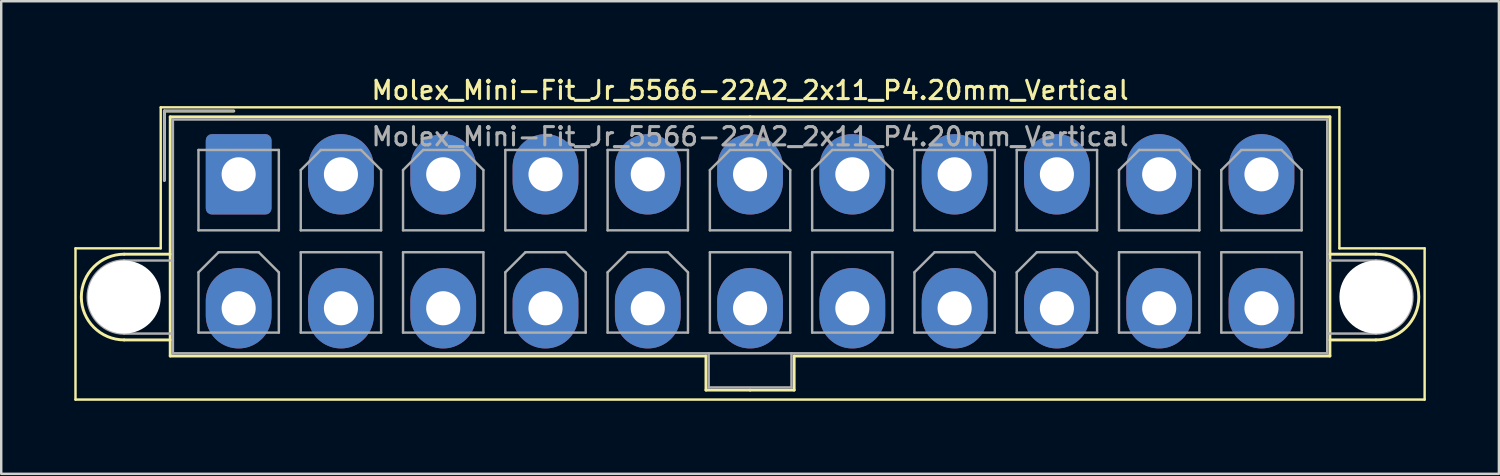
<source format=kicad_pcb>
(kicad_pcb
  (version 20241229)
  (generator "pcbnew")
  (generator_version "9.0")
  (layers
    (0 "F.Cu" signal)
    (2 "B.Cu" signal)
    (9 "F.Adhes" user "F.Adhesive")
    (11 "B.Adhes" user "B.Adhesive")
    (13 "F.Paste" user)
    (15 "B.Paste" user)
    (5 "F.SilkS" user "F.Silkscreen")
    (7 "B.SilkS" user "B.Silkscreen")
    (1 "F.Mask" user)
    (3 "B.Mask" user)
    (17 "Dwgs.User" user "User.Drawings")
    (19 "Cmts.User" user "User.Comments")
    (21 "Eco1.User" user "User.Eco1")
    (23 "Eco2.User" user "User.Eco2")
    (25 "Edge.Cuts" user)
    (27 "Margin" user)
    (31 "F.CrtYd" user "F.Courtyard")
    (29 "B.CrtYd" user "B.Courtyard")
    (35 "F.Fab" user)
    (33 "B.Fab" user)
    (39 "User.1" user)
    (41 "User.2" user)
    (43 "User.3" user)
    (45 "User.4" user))
  (footprint "Molex_Mini-Fit_Jr_5566-22A2_2x11_P4.20mm_Vertical"
    (layer "F.Cu")
    (at 6.75 4.108)
    (property "Reference" "Molex_Mini-Fit_Jr_5566-22A2_2x11_P4.20mm_Vertical" (at 21 -3.45 0) (layer "F.SilkS") (effects (font (size 0.75 0.75) (thickness 0.125))))
    (attr through_hole)
    (fp_line (start -6.7 3.04) (end -6.7 9.25) (stroke (width 0.1) (type solid)) (layer "F.SilkS"))
    (fp_line (start -6.7 9.25) (end 48.7 9.25) (stroke (width 0.1) (type solid)) (layer "F.SilkS"))
    (fp_line (start -4.7 3.28) (end -2.81 3.28) (stroke (width 0.12) (type solid)) (layer "F.SilkS"))
    (fp_line (start -4.7 6.8) (end -2.81 6.8) (stroke (width 0.12) (type solid)) (layer "F.SilkS"))
    (fp_line (start -3.2 -2.75) (end -3.2 3.04) (stroke (width 0.1) (type solid)) (layer "F.SilkS"))
    (fp_line (start -3.2 3.04) (end -6.7 3.04) (stroke (width 0.1) (type solid)) (layer "F.SilkS"))
    (fp_line (start -3.05 -2.6) (end -3.05 0.25) (stroke (width 0.12) (type solid)) (layer "F.SilkS"))
    (fp_line (start -2.81 -2.36) (end -2.81 7.46) (stroke (width 0.12) (type solid)) (layer "F.SilkS"))
    (fp_line (start -2.81 7.46) (end 19.19 7.46) (stroke (width 0.12) (type solid)) (layer "F.SilkS"))
    (fp_line (start -0.2 -2.6) (end -3.05 -2.6) (stroke (width 0.12) (type solid)) (layer "F.SilkS"))
    (fp_line (start 19.19 7.46) (end 19.19 8.86) (stroke (width 0.12) (type solid)) (layer "F.SilkS"))
    (fp_line (start 19.19 8.86) (end 21 8.86) (stroke (width 0.12) (type solid)) (layer "F.SilkS"))
    (fp_line (start 21 -2.36) (end -2.81 -2.36) (stroke (width 0.12) (type solid)) (layer "F.SilkS"))
    (fp_line (start 21 -2.36) (end 44.81 -2.36) (stroke (width 0.12) (type solid)) (layer "F.SilkS"))
    (fp_line (start 22.81 7.46) (end 22.81 8.86) (stroke (width 0.12) (type solid)) (layer "F.SilkS"))
    (fp_line (start 22.81 8.86) (end 21 8.86) (stroke (width 0.12) (type solid)) (layer "F.SilkS"))
    (fp_line (start 44.81 -2.36) (end 44.81 7.46) (stroke (width 0.12) (type solid)) (layer "F.SilkS"))
    (fp_line (start 44.81 7.46) (end 22.81 7.46) (stroke (width 0.12) (type solid)) (layer "F.SilkS"))
    (fp_line (start 45.2 -2.75) (end -3.2 -2.75) (stroke (width 0.1) (type solid)) (layer "F.SilkS"))
    (fp_line (start 45.2 3.04) (end 45.2 -2.75) (stroke (width 0.1) (type solid)) (layer "F.SilkS"))
    (fp_line (start 46.7 3.28) (end 44.81 3.28) (stroke (width 0.12) (type solid)) (layer "F.SilkS"))
    (fp_line (start 46.7 6.8) (end 44.81 6.8) (stroke (width 0.12) (type solid)) (layer "F.SilkS"))
    (fp_line (start 48.7 3.04) (end 45.2 3.04) (stroke (width 0.1) (type solid)) (layer "F.SilkS"))
    (fp_line (start 48.7 9.25) (end 48.7 3.04) (stroke (width 0.1) (type solid)) (layer "F.SilkS"))
    (fp_arc (start -4.7 6.8) (mid -6.46 5.04) (end -4.7 3.28) (stroke (width 0.12) (type solid)) (layer "F.SilkS"))
    (fp_arc (start 46.7 3.28) (mid 48.46 5.04) (end 46.7 6.8) (stroke (width 0.12) (type solid)) (layer "F.SilkS"))
    (fp_line (start -4.7 3.54) (end -2.7 3.54) (stroke (width 0.1) (type solid)) (layer "F.Fab"))
    (fp_line (start -4.7 6.54) (end -2.7 6.54) (stroke (width 0.1) (type solid)) (layer "F.Fab"))
    (fp_line (start -3.05 -2.6) (end -3.05 0.25) (stroke (width 0.1) (type solid)) (layer "F.Fab"))
    (fp_line (start -2.7 -2.25) (end -2.7 7.35) (stroke (width 0.1) (type solid)) (layer "F.Fab"))
    (fp_line (start -2.7 7.35) (end 44.7 7.35) (stroke (width 0.1) (type solid)) (layer "F.Fab"))
    (fp_line (start -1.65 -1) (end -1.65 2.3) (stroke (width 0.1) (type solid)) (layer "F.Fab"))
    (fp_line (start -1.65 2.3) (end 1.65 2.3) (stroke (width 0.1) (type solid)) (layer "F.Fab"))
    (fp_line (start -1.65 4.025) (end -0.825 3.2) (stroke (width 0.1) (type solid)) (layer "F.Fab"))
    (fp_line (start -1.65 6.5) (end -1.65 4.025) (stroke (width 0.1) (type solid)) (layer "F.Fab"))
    (fp_line (start -0.825 3.2) (end 0.825 3.2) (stroke (width 0.1) (type solid)) (layer "F.Fab"))
    (fp_line (start -0.2 -2.6) (end -3.05 -2.6) (stroke (width 0.1) (type solid)) (layer "F.Fab"))
    (fp_line (start 0.825 3.2) (end 1.65 4.025) (stroke (width 0.1) (type solid)) (layer "F.Fab"))
    (fp_line (start 1.65 -1) (end -1.65 -1) (stroke (width 0.1) (type solid)) (layer "F.Fab"))
    (fp_line (start 1.65 2.3) (end 1.65 -1) (stroke (width 0.1) (type solid)) (layer "F.Fab"))
    (fp_line (start 1.65 4.025) (end 1.65 6.5) (stroke (width 0.1) (type solid)) (layer "F.Fab"))
    (fp_line (start 1.65 6.5) (end -1.65 6.5) (stroke (width 0.1) (type solid)) (layer "F.Fab"))
    (fp_line (start 2.55 -0.175) (end 3.375 -1) (stroke (width 0.1) (type solid)) (layer "F.Fab"))
    (fp_line (start 2.55 2.3) (end 2.55 -0.175) (stroke (width 0.1) (type solid)) (layer "F.Fab"))
    (fp_line (start 2.55 3.2) (end 2.55 6.5) (stroke (width 0.1) (type solid)) (layer "F.Fab"))
    (fp_line (start 2.55 6.5) (end 5.85 6.5) (stroke (width 0.1) (type solid)) (layer "F.Fab"))
    (fp_line (start 3.375 -1) (end 5.025 -1) (stroke (width 0.1) (type solid)) (layer "F.Fab"))
    (fp_line (start 5.025 -1) (end 5.85 -0.175) (stroke (width 0.1) (type solid)) (layer "F.Fab"))
    (fp_line (start 5.85 -0.175) (end 5.85 2.3) (stroke (width 0.1) (type solid)) (layer "F.Fab"))
    (fp_line (start 5.85 2.3) (end 2.55 2.3) (stroke (width 0.1) (type solid)) (layer "F.Fab"))
    (fp_line (start 5.85 3.2) (end 2.55 3.2) (stroke (width 0.1) (type solid)) (layer "F.Fab"))
    (fp_line (start 5.85 6.5) (end 5.85 3.2) (stroke (width 0.1) (type solid)) (layer "F.Fab"))
    (fp_line (start 6.75 -0.175) (end 7.575 -1) (stroke (width 0.1) (type solid)) (layer "F.Fab"))
    (fp_line (start 6.75 2.3) (end 6.75 -0.175) (stroke (width 0.1) (type solid)) (layer "F.Fab"))
    (fp_line (start 6.75 3.2) (end 6.75 6.5) (stroke (width 0.1) (type solid)) (layer "F.Fab"))
    (fp_line (start 6.75 6.5) (end 10.05 6.5) (stroke (width 0.1) (type solid)) (layer "F.Fab"))
    (fp_line (start 7.575 -1) (end 9.225 -1) (stroke (width 0.1) (type solid)) (layer "F.Fab"))
    (fp_line (start 9.225 -1) (end 10.05 -0.175) (stroke (width 0.1) (type solid)) (layer "F.Fab"))
    (fp_line (start 10.05 -0.175) (end 10.05 2.3) (stroke (width 0.1) (type solid)) (layer "F.Fab"))
    (fp_line (start 10.05 2.3) (end 6.75 2.3) (stroke (width 0.1) (type solid)) (layer "F.Fab"))
    (fp_line (start 10.05 3.2) (end 6.75 3.2) (stroke (width 0.1) (type solid)) (layer "F.Fab"))
    (fp_line (start 10.05 6.5) (end 10.05 3.2) (stroke (width 0.1) (type solid)) (layer "F.Fab"))
    (fp_line (start 10.95 -1) (end 10.95 2.3) (stroke (width 0.1) (type solid)) (layer "F.Fab"))
    (fp_line (start 10.95 2.3) (end 14.25 2.3) (stroke (width 0.1) (type solid)) (layer "F.Fab"))
    (fp_line (start 10.95 4.025) (end 11.775 3.2) (stroke (width 0.1) (type solid)) (layer "F.Fab"))
    (fp_line (start 10.95 6.5) (end 10.95 4.025) (stroke (width 0.1) (type solid)) (layer "F.Fab"))
    (fp_line (start 11.775 3.2) (end 13.425 3.2) (stroke (width 0.1) (type solid)) (layer "F.Fab"))
    (fp_line (start 13.425 3.2) (end 14.25 4.025) (stroke (width 0.1) (type solid)) (layer "F.Fab"))
    (fp_line (start 14.25 -1) (end 10.95 -1) (stroke (width 0.1) (type solid)) (layer "F.Fab"))
    (fp_line (start 14.25 2.3) (end 14.25 -1) (stroke (width 0.1) (type solid)) (layer "F.Fab"))
    (fp_line (start 14.25 4.025) (end 14.25 6.5) (stroke (width 0.1) (type solid)) (layer "F.Fab"))
    (fp_line (start 14.25 6.5) (end 10.95 6.5) (stroke (width 0.1) (type solid)) (layer "F.Fab"))
    (fp_line (start 15.15 -1) (end 15.15 2.3) (stroke (width 0.1) (type solid)) (layer "F.Fab"))
    (fp_line (start 15.15 2.3) (end 18.45 2.3) (stroke (width 0.1) (type solid)) (layer "F.Fab"))
    (fp_line (start 15.15 4.025) (end 15.975 3.2) (stroke (width 0.1) (type solid)) (layer "F.Fab"))
    (fp_line (start 15.15 6.5) (end 15.15 4.025) (stroke (width 0.1) (type solid)) (layer "F.Fab"))
    (fp_line (start 15.975 3.2) (end 17.625 3.2) (stroke (width 0.1) (type solid)) (layer "F.Fab"))
    (fp_line (start 17.625 3.2) (end 18.45 4.025) (stroke (width 0.1) (type solid)) (layer "F.Fab"))
    (fp_line (start 18.45 -1) (end 15.15 -1) (stroke (width 0.1) (type solid)) (layer "F.Fab"))
    (fp_line (start 18.45 2.3) (end 18.45 -1) (stroke (width 0.1) (type solid)) (layer "F.Fab"))
    (fp_line (start 18.45 4.025) (end 18.45 6.5) (stroke (width 0.1) (type solid)) (layer "F.Fab"))
    (fp_line (start 18.45 6.5) (end 15.15 6.5) (stroke (width 0.1) (type solid)) (layer "F.Fab"))
    (fp_line (start 19.3 7.35) (end 19.3 8.75) (stroke (width 0.1) (type solid)) (layer "F.Fab"))
    (fp_line (start 19.3 8.75) (end 22.7 8.75) (stroke (width 0.1) (type solid)) (layer "F.Fab"))
    (fp_line (start 19.35 -0.175) (end 20.175 -1) (stroke (width 0.1) (type solid)) (layer "F.Fab"))
    (fp_line (start 19.35 2.3) (end 19.35 -0.175) (stroke (width 0.1) (type solid)) (layer "F.Fab"))
    (fp_line (start 19.35 3.2) (end 19.35 6.5) (stroke (width 0.1) (type solid)) (layer "F.Fab"))
    (fp_line (start 19.35 6.5) (end 22.65 6.5) (stroke (width 0.1) (type solid)) (layer "F.Fab"))
    (fp_line (start 20.175 -1) (end 21.825 -1) (stroke (width 0.1) (type solid)) (layer "F.Fab"))
    (fp_line (start 21.825 -1) (end 22.65 -0.175) (stroke (width 0.1) (type solid)) (layer "F.Fab"))
    (fp_line (start 22.65 -0.175) (end 22.65 2.3) (stroke (width 0.1) (type solid)) (layer "F.Fab"))
    (fp_line (start 22.65 2.3) (end 19.35 2.3) (stroke (width 0.1) (type solid)) (layer "F.Fab"))
    (fp_line (start 22.65 3.2) (end 19.35 3.2) (stroke (width 0.1) (type solid)) (layer "F.Fab"))
    (fp_line (start 22.65 6.5) (end 22.65 3.2) (stroke (width 0.1) (type solid)) (layer "F.Fab"))
    (fp_line (start 22.7 8.75) (end 22.7 7.35) (stroke (width 0.1) (type solid)) (layer "F.Fab"))
    (fp_line (start 23.55 -0.175) (end 24.375 -1) (stroke (width 0.1) (type solid)) (layer "F.Fab"))
    (fp_line (start 23.55 2.3) (end 23.55 -0.175) (stroke (width 0.1) (type solid)) (layer "F.Fab"))
    (fp_line (start 23.55 3.2) (end 23.55 6.5) (stroke (width 0.1) (type solid)) (layer "F.Fab"))
    (fp_line (start 23.55 6.5) (end 26.85 6.5) (stroke (width 0.1) (type solid)) (layer "F.Fab"))
    (fp_line (start 24.375 -1) (end 26.025 -1) (stroke (width 0.1) (type solid)) (layer "F.Fab"))
    (fp_line (start 26.025 -1) (end 26.85 -0.175) (stroke (width 0.1) (type solid)) (layer "F.Fab"))
    (fp_line (start 26.85 -0.175) (end 26.85 2.3) (stroke (width 0.1) (type solid)) (layer "F.Fab"))
    (fp_line (start 26.85 2.3) (end 23.55 2.3) (stroke (width 0.1) (type solid)) (layer "F.Fab"))
    (fp_line (start 26.85 3.2) (end 23.55 3.2) (stroke (width 0.1) (type solid)) (layer "F.Fab"))
    (fp_line (start 26.85 6.5) (end 26.85 3.2) (stroke (width 0.1) (type solid)) (layer "F.Fab"))
    (fp_line (start 27.75 -1) (end 27.75 2.3) (stroke (width 0.1) (type solid)) (layer "F.Fab"))
    (fp_line (start 27.75 2.3) (end 31.05 2.3) (stroke (width 0.1) (type solid)) (layer "F.Fab"))
    (fp_line (start 27.75 4.025) (end 28.575 3.2) (stroke (width 0.1) (type solid)) (layer "F.Fab"))
    (fp_line (start 27.75 6.5) (end 27.75 4.025) (stroke (width 0.1) (type solid)) (layer "F.Fab"))
    (fp_line (start 28.575 3.2) (end 30.225 3.2) (stroke (width 0.1) (type solid)) (layer "F.Fab"))
    (fp_line (start 30.225 3.2) (end 31.05 4.025) (stroke (width 0.1) (type solid)) (layer "F.Fab"))
    (fp_line (start 31.05 -1) (end 27.75 -1) (stroke (width 0.1) (type solid)) (layer "F.Fab"))
    (fp_line (start 31.05 2.3) (end 31.05 -1) (stroke (width 0.1) (type solid)) (layer "F.Fab"))
    (fp_line (start 31.05 4.025) (end 31.05 6.5) (stroke (width 0.1) (type solid)) (layer "F.Fab"))
    (fp_line (start 31.05 6.5) (end 27.75 6.5) (stroke (width 0.1) (type solid)) (layer "F.Fab"))
    (fp_line (start 31.95 -1) (end 31.95 2.3) (stroke (width 0.1) (type solid)) (layer "F.Fab"))
    (fp_line (start 31.95 2.3) (end 35.25 2.3) (stroke (width 0.1) (type solid)) (layer "F.Fab"))
    (fp_line (start 31.95 4.025) (end 32.775 3.2) (stroke (width 0.1) (type solid)) (layer "F.Fab"))
    (fp_line (start 31.95 6.5) (end 31.95 4.025) (stroke (width 0.1) (type solid)) (layer "F.Fab"))
    (fp_line (start 32.775 3.2) (end 34.425 3.2) (stroke (width 0.1) (type solid)) (layer "F.Fab"))
    (fp_line (start 34.425 3.2) (end 35.25 4.025) (stroke (width 0.1) (type solid)) (layer "F.Fab"))
    (fp_line (start 35.25 -1) (end 31.95 -1) (stroke (width 0.1) (type solid)) (layer "F.Fab"))
    (fp_line (start 35.25 2.3) (end 35.25 -1) (stroke (width 0.1) (type solid)) (layer "F.Fab"))
    (fp_line (start 35.25 4.025) (end 35.25 6.5) (stroke (width 0.1) (type solid)) (layer "F.Fab"))
    (fp_line (start 35.25 6.5) (end 31.95 6.5) (stroke (width 0.1) (type solid)) (layer "F.Fab"))
    (fp_line (start 36.15 -0.175) (end 36.975 -1) (stroke (width 0.1) (type solid)) (layer "F.Fab"))
    (fp_line (start 36.15 2.3) (end 36.15 -0.175) (stroke (width 0.1) (type solid)) (layer "F.Fab"))
    (fp_line (start 36.15 3.2) (end 36.15 6.5) (stroke (width 0.1) (type solid)) (layer "F.Fab"))
    (fp_line (start 36.15 6.5) (end 39.45 6.5) (stroke (width 0.1) (type solid)) (layer "F.Fab"))
    (fp_line (start 36.975 -1) (end 38.625 -1) (stroke (width 0.1) (type solid)) (layer "F.Fab"))
    (fp_line (start 38.625 -1) (end 39.45 -0.175) (stroke (width 0.1) (type solid)) (layer "F.Fab"))
    (fp_line (start 39.45 -0.175) (end 39.45 2.3) (stroke (width 0.1) (type solid)) (layer "F.Fab"))
    (fp_line (start 39.45 2.3) (end 36.15 2.3) (stroke (width 0.1) (type solid)) (layer "F.Fab"))
    (fp_line (start 39.45 3.2) (end 36.15 3.2) (stroke (width 0.1) (type solid)) (layer "F.Fab"))
    (fp_line (start 39.45 6.5) (end 39.45 3.2) (stroke (width 0.1) (type solid)) (layer "F.Fab"))
    (fp_line (start 40.35 -0.175) (end 41.175 -1) (stroke (width 0.1) (type solid)) (layer "F.Fab"))
    (fp_line (start 40.35 2.3) (end 40.35 -0.175) (stroke (width 0.1) (type solid)) (layer "F.Fab"))
    (fp_line (start 40.35 3.2) (end 40.35 6.5) (stroke (width 0.1) (type solid)) (layer "F.Fab"))
    (fp_line (start 40.35 6.5) (end 43.65 6.5) (stroke (width 0.1) (type solid)) (layer "F.Fab"))
    (fp_line (start 41.175 -1) (end 42.825 -1) (stroke (width 0.1) (type solid)) (layer "F.Fab"))
    (fp_line (start 42.825 -1) (end 43.65 -0.175) (stroke (width 0.1) (type solid)) (layer "F.Fab"))
    (fp_line (start 43.65 -0.175) (end 43.65 2.3) (stroke (width 0.1) (type solid)) (layer "F.Fab"))
    (fp_line (start 43.65 2.3) (end 40.35 2.3) (stroke (width 0.1) (type solid)) (layer "F.Fab"))
    (fp_line (start 43.65 3.2) (end 40.35 3.2) (stroke (width 0.1) (type solid)) (layer "F.Fab"))
    (fp_line (start 43.65 6.5) (end 43.65 3.2) (stroke (width 0.1) (type solid)) (layer "F.Fab"))
    (fp_line (start 44.7 -2.25) (end -2.7 -2.25) (stroke (width 0.1) (type solid)) (layer "F.Fab"))
    (fp_line (start 44.7 7.35) (end 44.7 -2.25) (stroke (width 0.1) (type solid)) (layer "F.Fab"))
    (fp_line (start 46.7 3.54) (end 44.7 3.54) (stroke (width 0.1) (type solid)) (layer "F.Fab"))
    (fp_line (start 46.7 6.54) (end 44.7 6.54) (stroke (width 0.1) (type solid)) (layer "F.Fab"))
    (fp_arc (start -4.7 6.54) (mid -6.2 5.04) (end -4.7 3.54) (stroke (width 0.1) (type solid)) (layer "F.Fab"))
    (fp_arc (start 46.7 3.54) (mid 48.2 5.04) (end 46.7 6.54) (stroke (width 0.1) (type solid)) (layer "F.Fab"))
    (fp_text user "${REFERENCE}" (at 21 -1.55 0) (layer "F.Fab") (effects (font (size 0.75 0.75) (thickness 0.125))))
    (pad "" np_thru_hole circle (at -4.7 5.04) (size 3 3) (drill 3) (layers "*.Cu" "*.Mask"))
    (pad "" np_thru_hole circle (at 46.7 5.04) (size 3 3) (drill 3) (layers "*.Cu" "*.Mask"))
    (pad "1" thru_hole roundrect (at 0 0) (size 2.7 3.3) (drill 1.4) (layers "*.Cu" "*.Mask") (roundrect_rratio 0.093))
    (pad "2" thru_hole oval (at 4.2 0) (size 2.7 3.3) (drill 1.4) (layers "*.Cu" "*.Mask"))
    (pad "3" thru_hole oval (at 8.4 0) (size 2.7 3.3) (drill 1.4) (layers "*.Cu" "*.Mask"))
    (pad "4" thru_hole oval (at 12.6 0) (size 2.7 3.3) (drill 1.4) (layers "*.Cu" "*.Mask"))
    (pad "5" thru_hole oval (at 16.8 0) (size 2.7 3.3) (drill 1.4) (layers "*.Cu" "*.Mask"))
    (pad "6" thru_hole oval (at 21 0) (size 2.7 3.3) (drill 1.4) (layers "*.Cu" "*.Mask"))
    (pad "7" thru_hole oval (at 25.2 0) (size 2.7 3.3) (drill 1.4) (layers "*.Cu" "*.Mask"))
    (pad "8" thru_hole oval (at 29.4 0) (size 2.7 3.3) (drill 1.4) (layers "*.Cu" "*.Mask"))
    (pad "9" thru_hole oval (at 33.6 0) (size 2.7 3.3) (drill 1.4) (layers "*.Cu" "*.Mask"))
    (pad "10" thru_hole oval (at 37.8 0) (size 2.7 3.3) (drill 1.4) (layers "*.Cu" "*.Mask"))
    (pad "11" thru_hole oval (at 42 0) (size 2.7 3.3) (drill 1.4) (layers "*.Cu" "*.Mask"))
    (pad "12" thru_hole oval (at 0 5.5) (size 2.7 3.3) (drill 1.4) (layers "*.Cu" "*.Mask"))
    (pad "13" thru_hole oval (at 4.2 5.5) (size 2.7 3.3) (drill 1.4) (layers "*.Cu" "*.Mask"))
    (pad "14" thru_hole oval (at 8.4 5.5) (size 2.7 3.3) (drill 1.4) (layers "*.Cu" "*.Mask"))
    (pad "15" thru_hole oval (at 12.6 5.5) (size 2.7 3.3) (drill 1.4) (layers "*.Cu" "*.Mask"))
    (pad "16" thru_hole oval (at 16.8 5.5) (size 2.7 3.3) (drill 1.4) (layers "*.Cu" "*.Mask"))
    (pad "17" thru_hole oval (at 21 5.5) (size 2.7 3.3) (drill 1.4) (layers "*.Cu" "*.Mask"))
    (pad "18" thru_hole oval (at 25.2 5.5) (size 2.7 3.3) (drill 1.4) (layers "*.Cu" "*.Mask"))
    (pad "19" thru_hole oval (at 29.4 5.5) (size 2.7 3.3) (drill 1.4) (layers "*.Cu" "*.Mask"))
    (pad "20" thru_hole oval (at 33.6 5.5) (size 2.7 3.3) (drill 1.4) (layers "*.Cu" "*.Mask"))
    (pad "21" thru_hole oval (at 37.8 5.5) (size 2.7 3.3) (drill 1.4) (layers "*.Cu" "*.Mask"))
    (pad "22" thru_hole oval (at 42 5.5) (size 2.7 3.3) (drill 1.4) (layers "*.Cu" "*.Mask")))
  (gr_rect
    (start -3 -3)
    (end 58.5 16.408)
    (stroke (width 0.1) (type default))
    (fill no)
    (layer "Edge.Cuts")))
</source>
